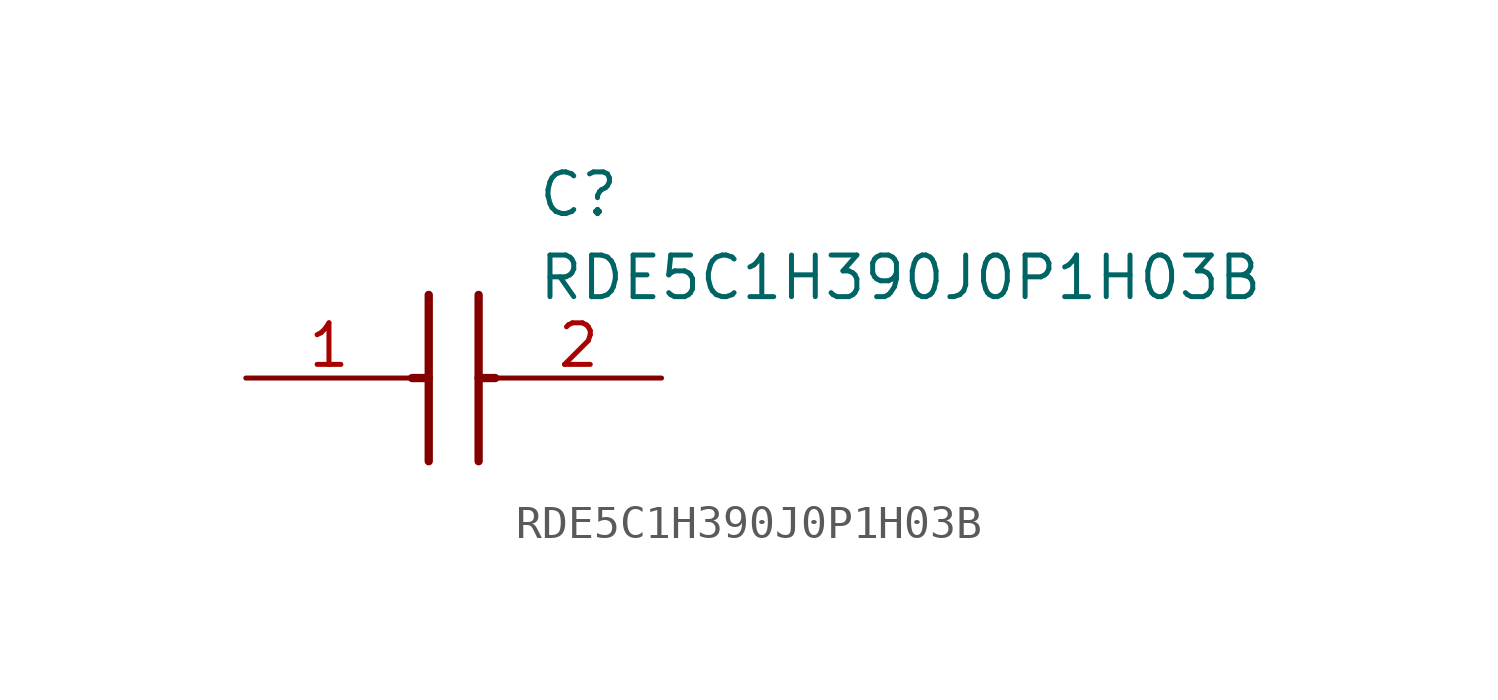
<source format=kicad_sym>
(kicad_symbol_lib
  (version 20211014)
  (generator SamacSys_ECAD_Model)
  (symbol "RDE5C1H390J0P1H03B"
    (pin_names hide)
    (property "Reference" "C"
      (at 8.89 6.35 0)
      (effects (font (size 1.27 1.27)) (justify left top)))
    (property "Value" "RDE5C1H390J0P1H03B"
      (at 8.89 3.81 0)
      (effects (font (size 1.27 1.27)) (justify left top)))
    (polyline
      (pts (xy 5.588 2.54) (xy 5.588 -2.54))
      (stroke (width 0.254) (type default))
      (fill (type none)))
    (polyline
      (pts (xy 7.112 2.54) (xy 7.112 -2.54))
      (stroke (width 0.254) (type default))
      (fill (type none)))
    (polyline
      (pts (xy 5.08 0) (xy 5.588 0))
      (stroke (width 0.254) (type default))
      (fill (type none)))
    (polyline
      (pts (xy 7.112 0) (xy 7.62 0))
      (stroke (width 0.254) (type default))
      (fill (type none)))
    (pin passive line
      (at 0 0 0)
      (length 5.08)
      (name "1" (effects (font (size 1.27 1.27))))
      (number "1" (effects (font (size 1.27 1.27)))))
    (pin passive line
      (at 12.7 0 180)
      (length 5.08)
      (name "2" (effects (font (size 1.27 1.27))))
      (number "2" (effects (font (size 1.27 1.27)))))))
</source>
